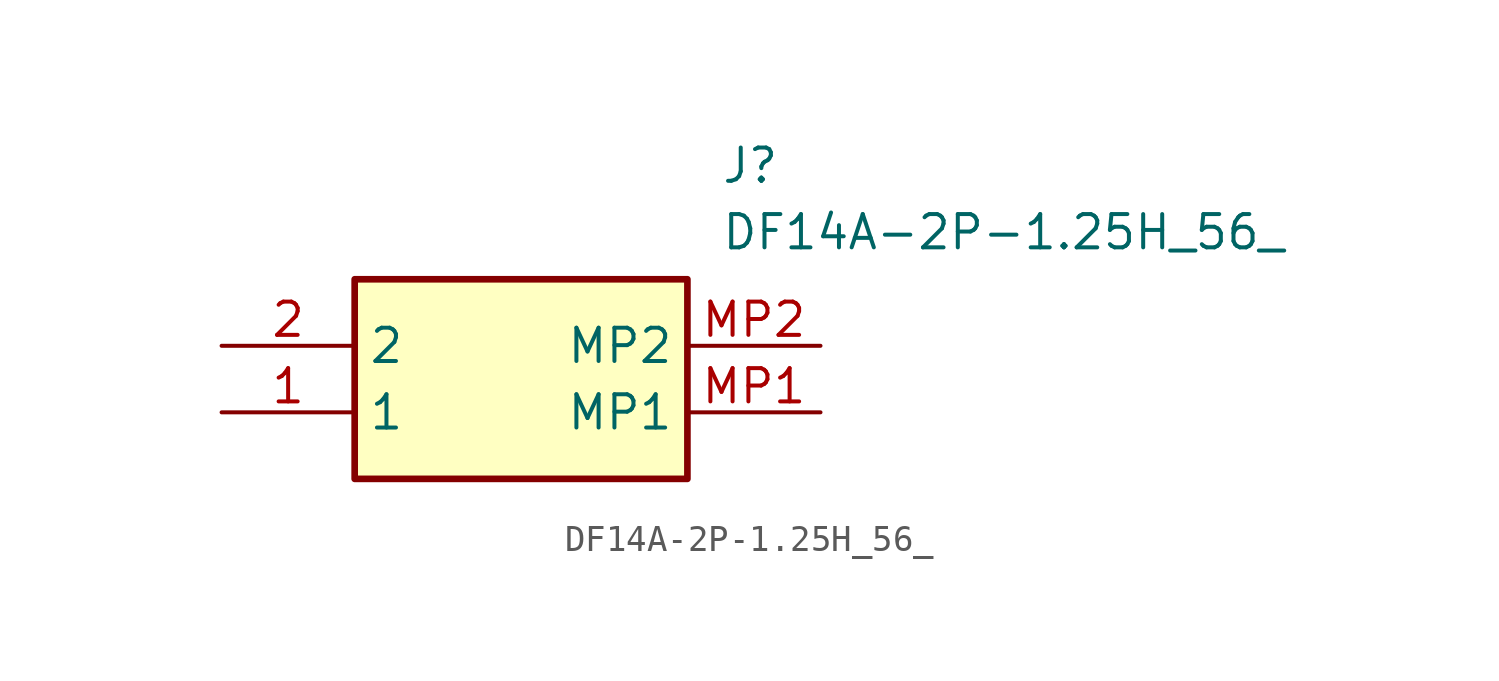
<source format=kicad_sym>
(kicad_symbol_lib
  (version 20211014)
  (generator SamacSys_ECAD_Model)
  (symbol "DF14A-2P-1.25H_56_"
    (property "Reference" "J"
      (at 19.05 7.62 0)
      (effects (font (size 1.27 1.27)) (justify left top)))
    (property "Value" "DF14A-2P-1.25H_56_"
      (at 19.05 5.08 0)
      (effects (font (size 1.27 1.27)) (justify left top)))
    (rectangle
      (start 5.08 2.54)
      (end 17.78 -5.08)
      (stroke (width 0.254) (type default))
      (fill (type background)))
    (pin passive line
      (at 0 -2.54 0)
      (length 5.08)
      (name "1" (effects (font (size 1.27 1.27))))
      (number "1" (effects (font (size 1.27 1.27)))))
    (pin passive line
      (at 0 0 0)
      (length 5.08)
      (name "2" (effects (font (size 1.27 1.27))))
      (number "2" (effects (font (size 1.27 1.27)))))
    (pin passive line
      (at 22.86 -2.54 180)
      (length 5.08)
      (name "MP1" (effects (font (size 1.27 1.27))))
      (number "MP1" (effects (font (size 1.27 1.27)))))
    (pin passive line
      (at 22.86 0 180)
      (length 5.08)
      (name "MP2" (effects (font (size 1.27 1.27))))
      (number "MP2" (effects (font (size 1.27 1.27)))))))
</source>
